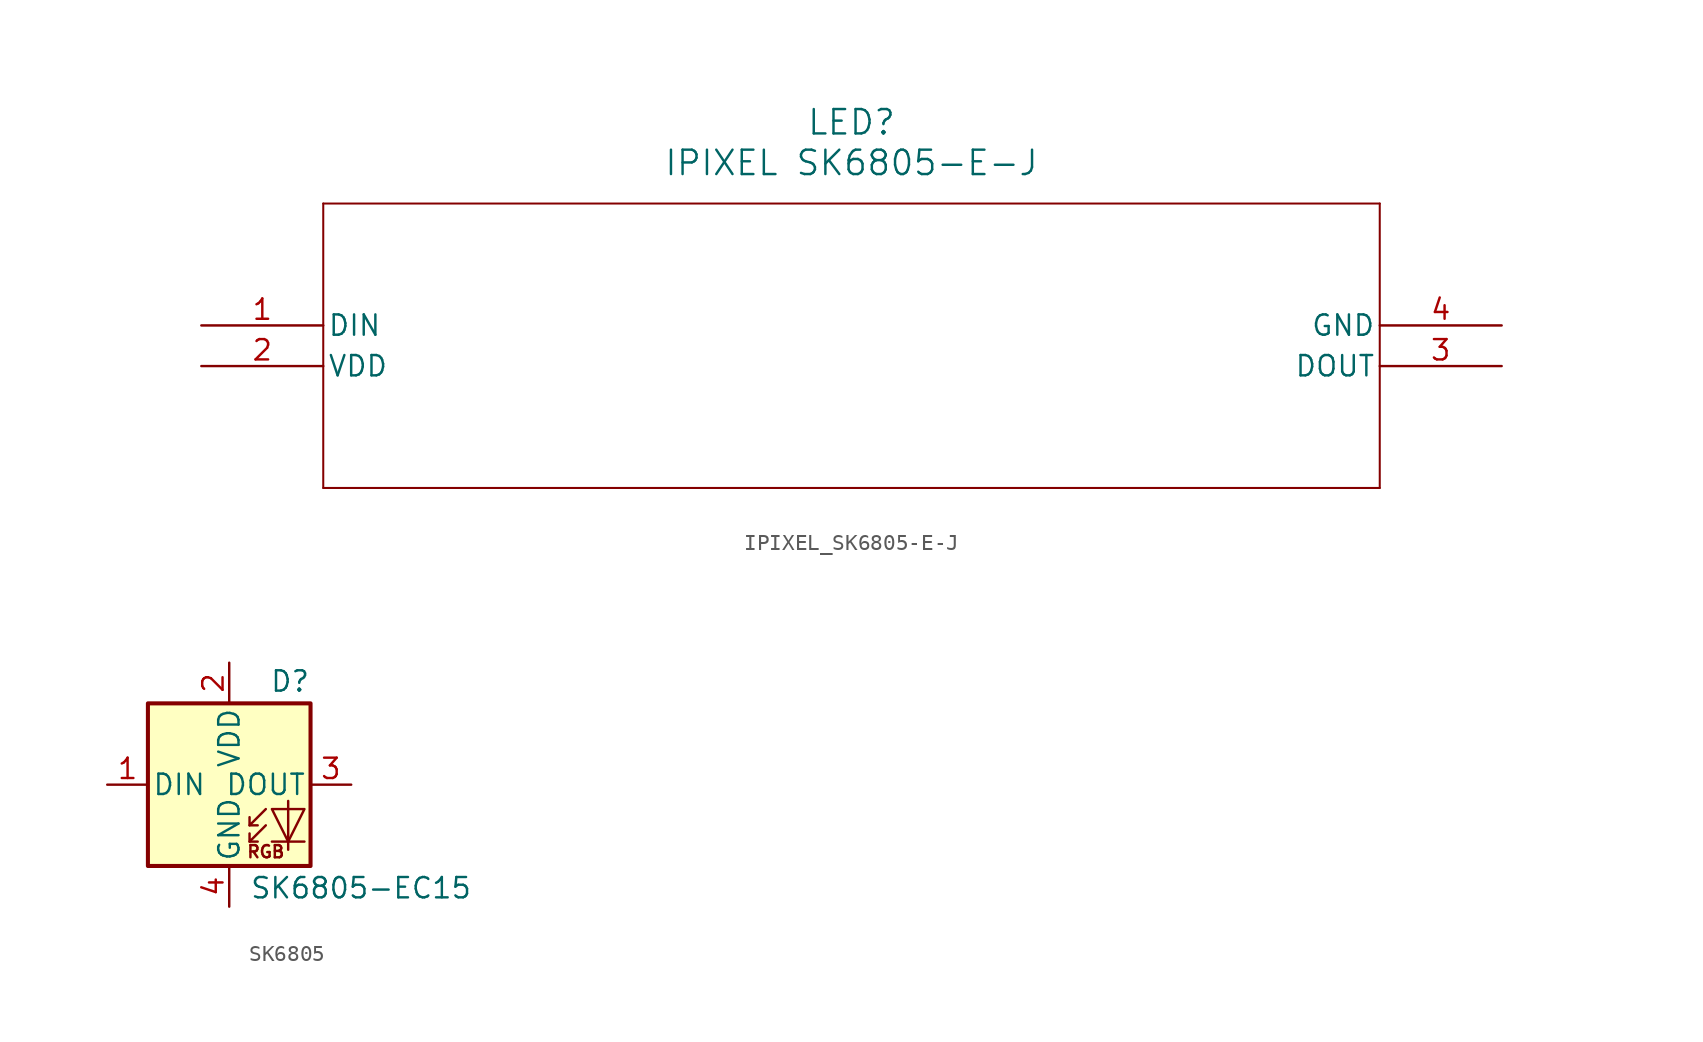
<source format=kicad_sym>
(kicad_symbol_lib
  (version 20220914)
  (generator kicad_symbol_editor)
  (symbol "IPIXEL_SK6805-E-J"
    (pin_names
      (offset 0.254))
    (property "Reference" "LED"
      (at 40.64 12.7 0)
      (effects (font (size 1.524 1.524))))
    (property "Value" "IPIXEL SK6805-E-J"
      (at 40.64 10.16 0)
      (effects (font (size 1.524 1.524))))
    (symbol "IPIXEL_SK6805-E-J_0_1"
      (polyline (pts (xy 7.62 -10.16) (xy 73.66 -10.16)) (stroke (width 0.127) (type default)) (fill (type none)))
      (polyline (pts (xy 7.62 7.62) (xy 7.62 -10.16)) (stroke (width 0.127) (type default)) (fill (type none)))
      (polyline (pts (xy 73.66 -10.16) (xy 73.66 7.62)) (stroke (width 0.127) (type default)) (fill (type none)))
      (polyline (pts (xy 73.66 7.62) (xy 7.62 7.62)) (stroke (width 0.127) (type default)) (fill (type none)))
      (pin input line (at 0 0 0) (length 7.62) (name "DIN" (effects (font (size 1.27 1.27)))) (number "1" (effects (font (size 1.27 1.27)))))
      (pin power_in line (at 0 -2.54 0) (length 7.62) (name "VDD" (effects (font (size 1.27 1.27)))) (number "2" (effects (font (size 1.27 1.27)))))
      (pin output line (at 81.28 -2.54 180) (length 7.62) (name "DOUT" (effects (font (size 1.27 1.27)))) (number "3" (effects (font (size 1.27 1.27)))))
      (pin power_out line (at 81.28 0 180) (length 7.62) (name "GND" (effects (font (size 1.27 1.27)))) (number "4" (effects (font (size 1.27 1.27)))))))
  (symbol "SK6805"
    (pin_names
      (offset 0.254))
    (property "Reference" "D"
      (at 5.08 5.715 0)
      (effects (font (size 1.27 1.27)) (justify right bottom)))
    (property "Value" "SK6805-EC15"
      (at 1.27 -5.715 0)
      (effects (font (size 1.27 1.27)) (justify left top)))
    (symbol "SK6805_0_0"
      (text "RGB" (at 2.286 -4.191 0) (effects (font (size 0.762 0.762)))))
    (symbol "SK6805_0_1"
      (rectangle (start -5.08 5.08) (end 5.08 -5.08) (stroke (width 0.254) (type default)) (fill (type background)))
      (polyline (pts (xy 1.27 -3.556) (xy 1.778 -3.556)) (stroke (width 0) (type default)) (fill (type none)))
      (polyline (pts (xy 1.27 -2.54) (xy 1.778 -2.54)) (stroke (width 0) (type default)) (fill (type none)))
      (polyline (pts (xy 4.699 -3.556) (xy 2.667 -3.556)) (stroke (width 0) (type default)) (fill (type none)))
      (polyline (pts (xy 2.286 -2.54) (xy 1.27 -3.556) (xy 1.27 -3.048)) (stroke (width 0) (type default)) (fill (type none)))
      (polyline (pts (xy 2.286 -1.524) (xy 1.27 -2.54) (xy 1.27 -2.032)) (stroke (width 0) (type default)) (fill (type none)))
      (polyline (pts (xy 3.683 -1.016) (xy 3.683 -3.556) (xy 3.683 -4.064)) (stroke (width 0) (type default)) (fill (type none)))
      (polyline (pts (xy 4.699 -1.524) (xy 2.667 -1.524) (xy 3.683 -3.556) (xy 4.699 -1.524)) (stroke (width 0) (type default)) (fill (type none))))
    (symbol "SK6805_1_1"
      (pin input line (at -7.62 0 0) (length 2.54) (name "DIN" (effects (font (size 1.27 1.27)))) (number "1" (effects (font (size 1.27 1.27)))))
      (pin power_in line (at 0 7.62 270) (length 2.54) (name "VDD" (effects (font (size 1.27 1.27)))) (number "2" (effects (font (size 1.27 1.27)))))
      (pin output line (at 7.62 0 180) (length 2.54) (name "DOUT" (effects (font (size 1.27 1.27)))) (number "3" (effects (font (size 1.27 1.27)))))
      (pin power_in line (at 0 -7.62 90) (length 2.54) (name "GND" (effects (font (size 1.27 1.27)))) (number "4" (effects (font (size 1.27 1.27))))))))
</source>
